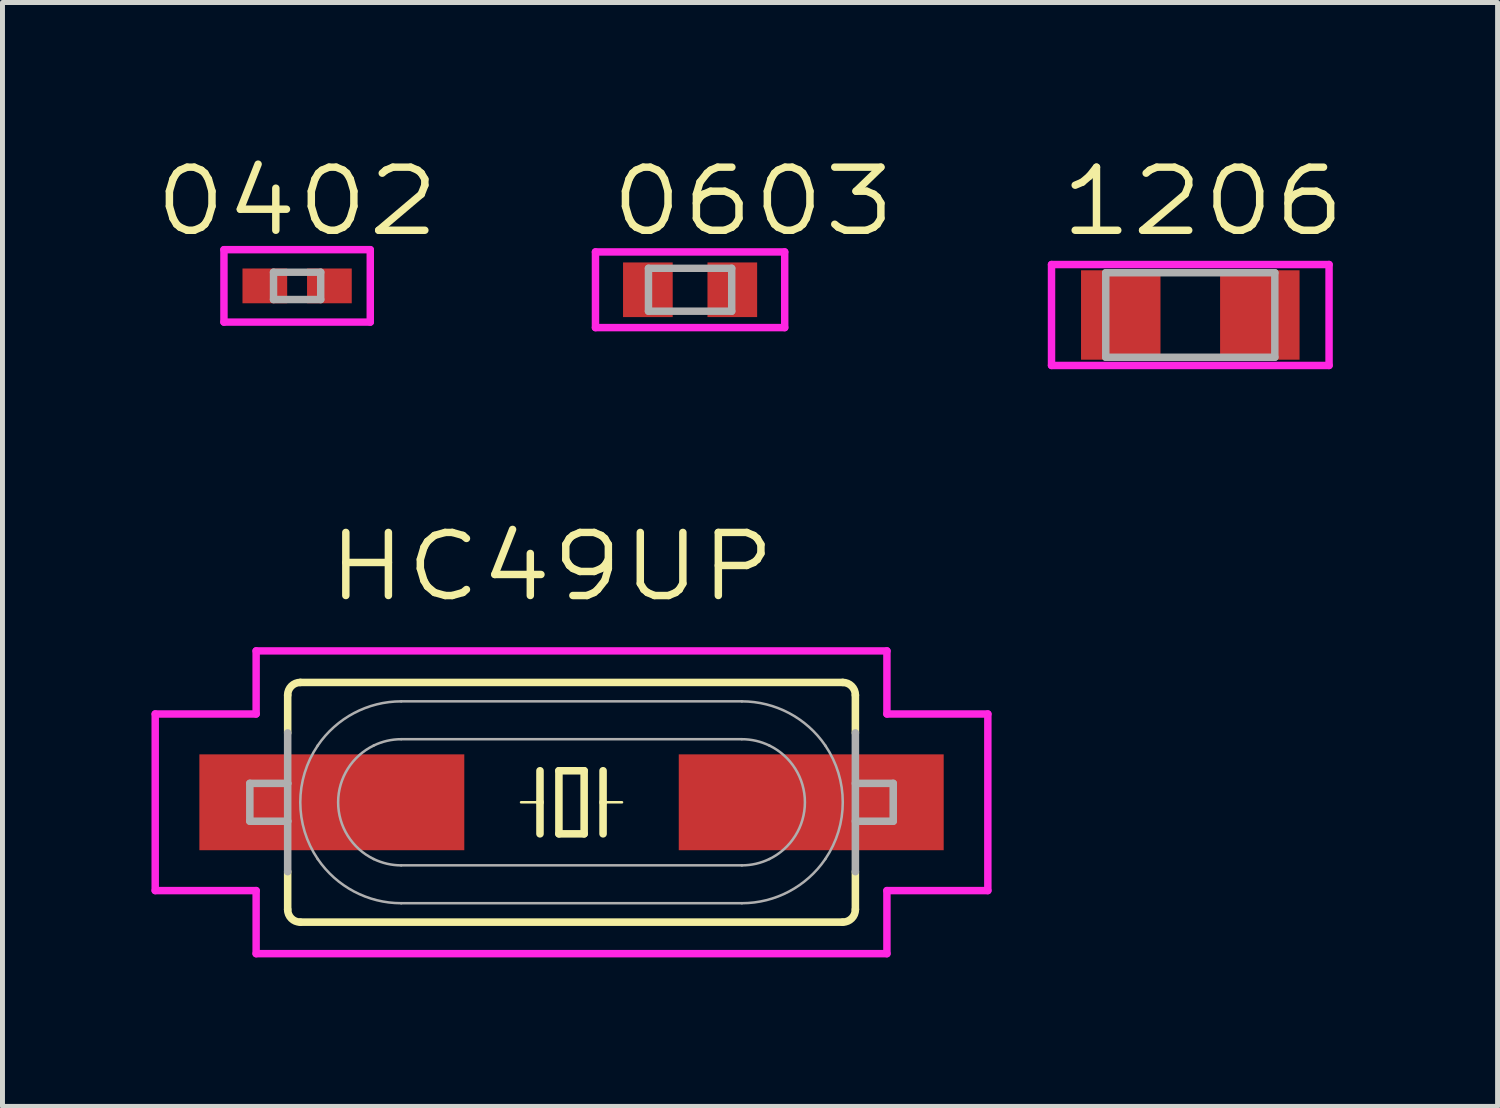
<source format=kicad_pcb>
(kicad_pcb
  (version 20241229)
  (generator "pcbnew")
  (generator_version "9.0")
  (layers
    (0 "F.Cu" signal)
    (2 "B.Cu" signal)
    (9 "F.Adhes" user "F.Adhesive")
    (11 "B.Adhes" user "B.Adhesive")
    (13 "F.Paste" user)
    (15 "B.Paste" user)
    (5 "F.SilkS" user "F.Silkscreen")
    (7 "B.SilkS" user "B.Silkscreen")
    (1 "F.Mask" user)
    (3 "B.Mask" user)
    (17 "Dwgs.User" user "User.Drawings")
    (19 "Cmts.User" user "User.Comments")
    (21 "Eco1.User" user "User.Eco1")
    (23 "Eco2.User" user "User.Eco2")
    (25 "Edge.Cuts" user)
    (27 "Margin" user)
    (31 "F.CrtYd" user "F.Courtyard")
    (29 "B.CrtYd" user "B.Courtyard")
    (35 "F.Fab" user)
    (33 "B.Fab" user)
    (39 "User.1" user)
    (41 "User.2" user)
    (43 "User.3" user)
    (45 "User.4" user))
  (footprint "HC49UP"
    (layer "F.Cu")
    (at 8.457 13.103)
    (property "Reference" "HC49UP" (at -5 -4 0) (layer "F.SilkS") (effects (font (size 1.27 1.5) (thickness 0.15)) (justify left bottom)))
    (attr through_hole)
    (fp_line (start -5.715 -1.397) (end -5.715 -2.159) (stroke (width 0.152) (type solid)) (layer "F.SilkS"))
    (fp_line (start -5.715 2.159) (end -5.715 1.397) (stroke (width 0.152) (type solid)) (layer "F.SilkS"))
    (fp_line (start -0.635 -0.635) (end -0.635 0) (stroke (width 0.152) (type solid)) (layer "F.SilkS"))
    (fp_line (start -0.635 0) (end -1.016 0) (stroke (width 0.051) (type solid)) (layer "F.SilkS"))
    (fp_line (start -0.635 0) (end -0.635 0.635) (stroke (width 0.152) (type solid)) (layer "F.SilkS"))
    (fp_line (start -0.254 -0.635) (end -0.254 0.635) (stroke (width 0.152) (type solid)) (layer "F.SilkS"))
    (fp_line (start -0.254 0.635) (end 0.254 0.635) (stroke (width 0.152) (type solid)) (layer "F.SilkS"))
    (fp_line (start 0.254 -0.635) (end -0.254 -0.635) (stroke (width 0.152) (type solid)) (layer "F.SilkS"))
    (fp_line (start 0.254 0.635) (end 0.254 -0.635) (stroke (width 0.152) (type solid)) (layer "F.SilkS"))
    (fp_line (start 0.635 -0.635) (end 0.635 0) (stroke (width 0.152) (type solid)) (layer "F.SilkS"))
    (fp_line (start 0.635 0) (end 0.635 0.635) (stroke (width 0.152) (type solid)) (layer "F.SilkS"))
    (fp_line (start 0.635 0) (end 1.016 0) (stroke (width 0.051) (type solid)) (layer "F.SilkS"))
    (fp_line (start 5.461 -2.413) (end -5.461 -2.413) (stroke (width 0.152) (type solid)) (layer "F.SilkS"))
    (fp_line (start 5.461 2.413) (end -5.461 2.413) (stroke (width 0.152) (type solid)) (layer "F.SilkS"))
    (fp_line (start 5.715 -1.397) (end 5.715 -2.159) (stroke (width 0.152) (type solid)) (layer "F.SilkS"))
    (fp_line (start 5.715 2.159) (end 5.715 1.397) (stroke (width 0.152) (type solid)) (layer "F.SilkS"))
    (fp_arc (start -5.715 -2.159) (mid -5.640605 -2.338605) (end -5.461 -2.413) (stroke (width 0.1524) (type solid)) (layer "F.SilkS"))
    (fp_arc (start -5.461 2.413) (mid -5.640605 2.338605) (end -5.715 2.159) (stroke (width 0.1524) (type solid)) (layer "F.SilkS"))
    (fp_arc (start 5.461 -2.413) (mid 5.640605 -2.338605) (end 5.715 -2.159) (stroke (width 0.1524) (type solid)) (layer "F.SilkS"))
    (fp_arc (start 5.715 2.159) (mid 5.640605 2.338605) (end 5.461 2.413) (stroke (width 0.1524) (type solid)) (layer "F.SilkS"))
    (fp_line (start -8.382 -1.778) (end -6.35 -1.778) (stroke (width 0.15) (type solid)) (layer "F.CrtYd"))
    (fp_line (start -8.382 1.778) (end -8.382 -1.778) (stroke (width 0.15) (type solid)) (layer "F.CrtYd"))
    (fp_line (start -6.35 -3.048) (end 6.35 -3.048) (stroke (width 0.15) (type solid)) (layer "F.CrtYd"))
    (fp_line (start -6.35 -1.778) (end -6.35 -3.048) (stroke (width 0.15) (type solid)) (layer "F.CrtYd"))
    (fp_line (start -6.35 1.778) (end -8.382 1.778) (stroke (width 0.15) (type solid)) (layer "F.CrtYd"))
    (fp_line (start -6.35 3.048) (end -6.35 1.778) (stroke (width 0.15) (type solid)) (layer "F.CrtYd"))
    (fp_line (start 6.35 -3.048) (end 6.35 -1.778) (stroke (width 0.15) (type solid)) (layer "F.CrtYd"))
    (fp_line (start 6.35 -1.778) (end 8.382 -1.778) (stroke (width 0.15) (type solid)) (layer "F.CrtYd"))
    (fp_line (start 6.35 1.778) (end 6.35 3.048) (stroke (width 0.15) (type solid)) (layer "F.CrtYd"))
    (fp_line (start 6.35 3.048) (end -6.35 3.048) (stroke (width 0.15) (type solid)) (layer "F.CrtYd"))
    (fp_line (start 8.382 -1.778) (end 8.382 1.778) (stroke (width 0.15) (type solid)) (layer "F.CrtYd"))
    (fp_line (start 8.382 1.778) (end 6.35 1.778) (stroke (width 0.15) (type solid)) (layer "F.CrtYd"))
    (fp_line (start -6.477 0.381) (end -6.477 -0.381) (stroke (width 0.152) (type solid)) (layer "F.Fab"))
    (fp_line (start -5.715 -0.381) (end -6.477 -0.381) (stroke (width 0.152) (type solid)) (layer "F.Fab"))
    (fp_line (start -5.715 -0.381) (end -5.715 -1.397) (stroke (width 0.152) (type solid)) (layer "F.Fab"))
    (fp_line (start -5.715 0.381) (end -6.477 0.381) (stroke (width 0.152) (type solid)) (layer "F.Fab"))
    (fp_line (start -5.715 0.381) (end -5.715 -0.381) (stroke (width 0.152) (type solid)) (layer "F.Fab"))
    (fp_line (start -5.715 1.397) (end -5.715 0.381) (stroke (width 0.152) (type solid)) (layer "F.Fab"))
    (fp_line (start -3.429 -2.032) (end 3.429 -2.032) (stroke (width 0.051) (type solid)) (layer "F.Fab"))
    (fp_line (start -3.429 -1.27) (end 3.429 -1.27) (stroke (width 0.051) (type solid)) (layer "F.Fab"))
    (fp_line (start 3.429 1.27) (end -3.429 1.27) (stroke (width 0.051) (type solid)) (layer "F.Fab"))
    (fp_line (start 3.429 2.032) (end -3.429 2.032) (stroke (width 0.051) (type solid)) (layer "F.Fab"))
    (fp_line (start 5.715 -0.381) (end 6.477 -0.381) (stroke (width 0.152) (type solid)) (layer "F.Fab"))
    (fp_line (start 5.715 0.381) (end 6.477 0.381) (stroke (width 0.152) (type solid)) (layer "F.Fab"))
    (fp_line (start 5.715 1.397) (end 5.715 -1.397) (stroke (width 0.152) (type solid)) (layer "F.Fab"))
    (fp_line (start 6.477 0.381) (end 6.477 -0.381) (stroke (width 0.152) (type solid)) (layer "F.Fab"))
    (fp_arc (start -5.1091 -1.143) (mid -4.378962 -1.796348) (end -3.427971 -2.032101) (stroke (width 0.0508) (type solid)) (layer "F.Fab"))
    (fp_arc (start -5.1091 1.143) (mid -5.46104 0) (end -5.1091 -1.143) (stroke (width 0.0508) (type solid)) (layer "F.Fab"))
    (fp_arc (start -3.9826 -1.143) (mid -3.713453 -1.237739) (end -3.429949 -1.27) (stroke (width 0.0508) (type solid)) (layer "F.Fab"))
    (fp_arc (start -3.9826 1.143) (mid -4.699009 0) (end -3.9826 -1.143) (stroke (width 0.0508) (type solid)) (layer "F.Fab"))
    (fp_arc (start -3.429949 1.27) (mid -3.713453 1.237739) (end -3.9826 1.143) (stroke (width 0.0508) (type solid)) (layer "F.Fab"))
    (fp_arc (start -3.428024 2.032001) (mid -4.378977 1.796291) (end -5.1091 1.143) (stroke (width 0.0508) (type solid)) (layer "F.Fab"))
    (fp_arc (start 3.429 -2.032) (mid 4.379839 -1.795834) (end 5.109648 -1.142192) (stroke (width 0.0508) (type solid)) (layer "F.Fab"))
    (fp_arc (start 3.429 -1.27) (mid 3.712528 -1.237951) (end 3.981745 -1.143413) (stroke (width 0.0508) (type solid)) (layer "F.Fab"))
    (fp_arc (start 3.981745 1.143413) (mid 3.712528 1.237951) (end 3.429 1.27) (stroke (width 0.0508) (type solid)) (layer "F.Fab"))
    (fp_arc (start 3.9826 -1.143) (mid 4.699009 0) (end 3.9826 1.143) (stroke (width 0.0508) (type solid)) (layer "F.Fab"))
    (fp_arc (start 5.1091 -1.143) (mid 5.46104 0) (end 5.1091 1.143) (stroke (width 0.0508) (type solid)) (layer "F.Fab"))
    (fp_arc (start 5.109575 1.142053) (mid 4.37982 1.795755) (end 3.429 2.032) (stroke (width 0.0508) (type solid)) (layer "F.Fab"))
    (pad "1" smd rect (at -4.826 0) (size 5.334 1.93) (layers "F.Cu" "F.Mask" "F.Paste"))
    (pad "2" smd rect (at 4.826 0) (size 5.334 1.93) (layers "F.Cu" "F.Mask" "F.Paste")))
  (footprint "0603"
    (layer "F.Cu")
    (at 10.844 2.784)
    (property "Reference" "0603" (at 1.27 -1.778 0) (layer "F.SilkS") (effects (font (size 1.27 1.5) (thickness 0.15))))
    (attr through_hole)
    (fp_line (start -1.905 -0.762) (end 1.905 -0.762) (stroke (width 0.15) (type solid)) (layer "F.CrtYd"))
    (fp_line (start -1.905 0.762) (end -1.905 -0.762) (stroke (width 0.15) (type solid)) (layer "F.CrtYd"))
    (fp_line (start 1.905 -0.762) (end 1.905 0.762) (stroke (width 0.15) (type solid)) (layer "F.CrtYd"))
    (fp_line (start 1.905 0.762) (end -1.905 0.762) (stroke (width 0.15) (type solid)) (layer "F.CrtYd"))
    (fp_line (start -0.838 -0.432) (end 0.838 -0.432) (stroke (width 0.15) (type solid)) (layer "F.Fab"))
    (fp_line (start -0.838 0.432) (end -0.838 -0.432) (stroke (width 0.15) (type solid)) (layer "F.Fab"))
    (fp_line (start 0.838 -0.432) (end 0.838 0.432) (stroke (width 0.15) (type solid)) (layer "F.Fab"))
    (fp_line (start 0.838 0.432) (end -0.838 0.432) (stroke (width 0.15) (type solid)) (layer "F.Fab"))
    (pad "1" smd rect (at -0.85 0) (size 1 1.1) (layers "F.Cu" "F.Mask" "F.Paste"))
    (pad "2" smd rect (at 0.85 0) (size 1 1.1) (layers "F.Cu" "F.Mask" "F.Paste")))
  (footprint "1206"
    (layer "F.Cu")
    (at 20.915 3.292)
    (property "Reference" "1206" (at 0.254 -2.286 0) (layer "F.SilkS") (effects (font (size 1.27 1.5) (thickness 0.15))))
    (attr through_hole)
    (fp_line (start -2.794 -1.016) (end 2.794 -1.016) (stroke (width 0.15) (type solid)) (layer "F.CrtYd"))
    (fp_line (start -2.794 1.016) (end -2.794 -1.016) (stroke (width 0.15) (type solid)) (layer "F.CrtYd"))
    (fp_line (start 2.794 -1.016) (end 2.794 1.016) (stroke (width 0.15) (type solid)) (layer "F.CrtYd"))
    (fp_line (start 2.794 1.016) (end -2.794 1.016) (stroke (width 0.15) (type solid)) (layer "F.CrtYd"))
    (fp_line (start -1.702 -0.851) (end 1.702 -0.851) (stroke (width 0.15) (type solid)) (layer "F.Fab"))
    (fp_line (start -1.702 0.851) (end -1.702 -0.851) (stroke (width 0.15) (type solid)) (layer "F.Fab"))
    (fp_line (start 1.702 -0.851) (end 1.702 0.851) (stroke (width 0.15) (type solid)) (layer "F.Fab"))
    (fp_line (start 1.702 0.851) (end -1.702 0.851) (stroke (width 0.15) (type solid)) (layer "F.Fab"))
    (pad "1" smd rect (at -1.4 0) (size 1.6 1.8) (layers "F.Cu" "F.Mask" "F.Paste"))
    (pad "2" smd rect (at 1.4 0) (size 1.6 1.8) (layers "F.Cu" "F.Mask" "F.Paste")))
  (footprint "0402"
    (layer "F.Cu")
    (at 2.932 2.706)
    (property "Reference" "0402" (at 0 -1.7 0) (layer "F.SilkS") (effects (font (size 1.27 1.5) (thickness 0.15))))
    (attr through_hole)
    (fp_line (start -1.473 0.729) (end -1.473 -0.729) (stroke (width 0.15) (type solid)) (layer "F.CrtYd"))
    (fp_line (start -1.473 0.729) (end 1.473 0.729) (stroke (width 0.15) (type solid)) (layer "F.CrtYd"))
    (fp_line (start 1.473 -0.729) (end -1.473 -0.729) (stroke (width 0.15) (type solid)) (layer "F.CrtYd"))
    (fp_line (start 1.473 -0.729) (end 1.473 0.729) (stroke (width 0.15) (type solid)) (layer "F.CrtYd"))
    (fp_line (start -0.475 -0.275) (end 0.475 -0.275) (stroke (width 0.15) (type solid)) (layer "F.Fab"))
    (fp_line (start -0.475 0.275) (end -0.475 -0.275) (stroke (width 0.15) (type solid)) (layer "F.Fab"))
    (fp_line (start 0.475 -0.275) (end 0.475 0.275) (stroke (width 0.15) (type solid)) (layer "F.Fab"))
    (fp_line (start 0.475 0.275) (end -0.475 0.275) (stroke (width 0.15) (type solid)) (layer "F.Fab"))
    (pad "1" smd rect (at -0.65 0) (size 0.9 0.7) (layers "F.Cu" "F.Mask" "F.Paste"))
    (pad "2" smd rect (at 0.65 0) (size 0.9 0.7) (layers "F.Cu" "F.Mask" "F.Paste")))
  (gr_rect
    (start -3 -3)
    (end 27.102 19.226)
    (stroke (width 0.1) (type default))
    (fill no)
    (layer "Edge.Cuts")))
</source>
